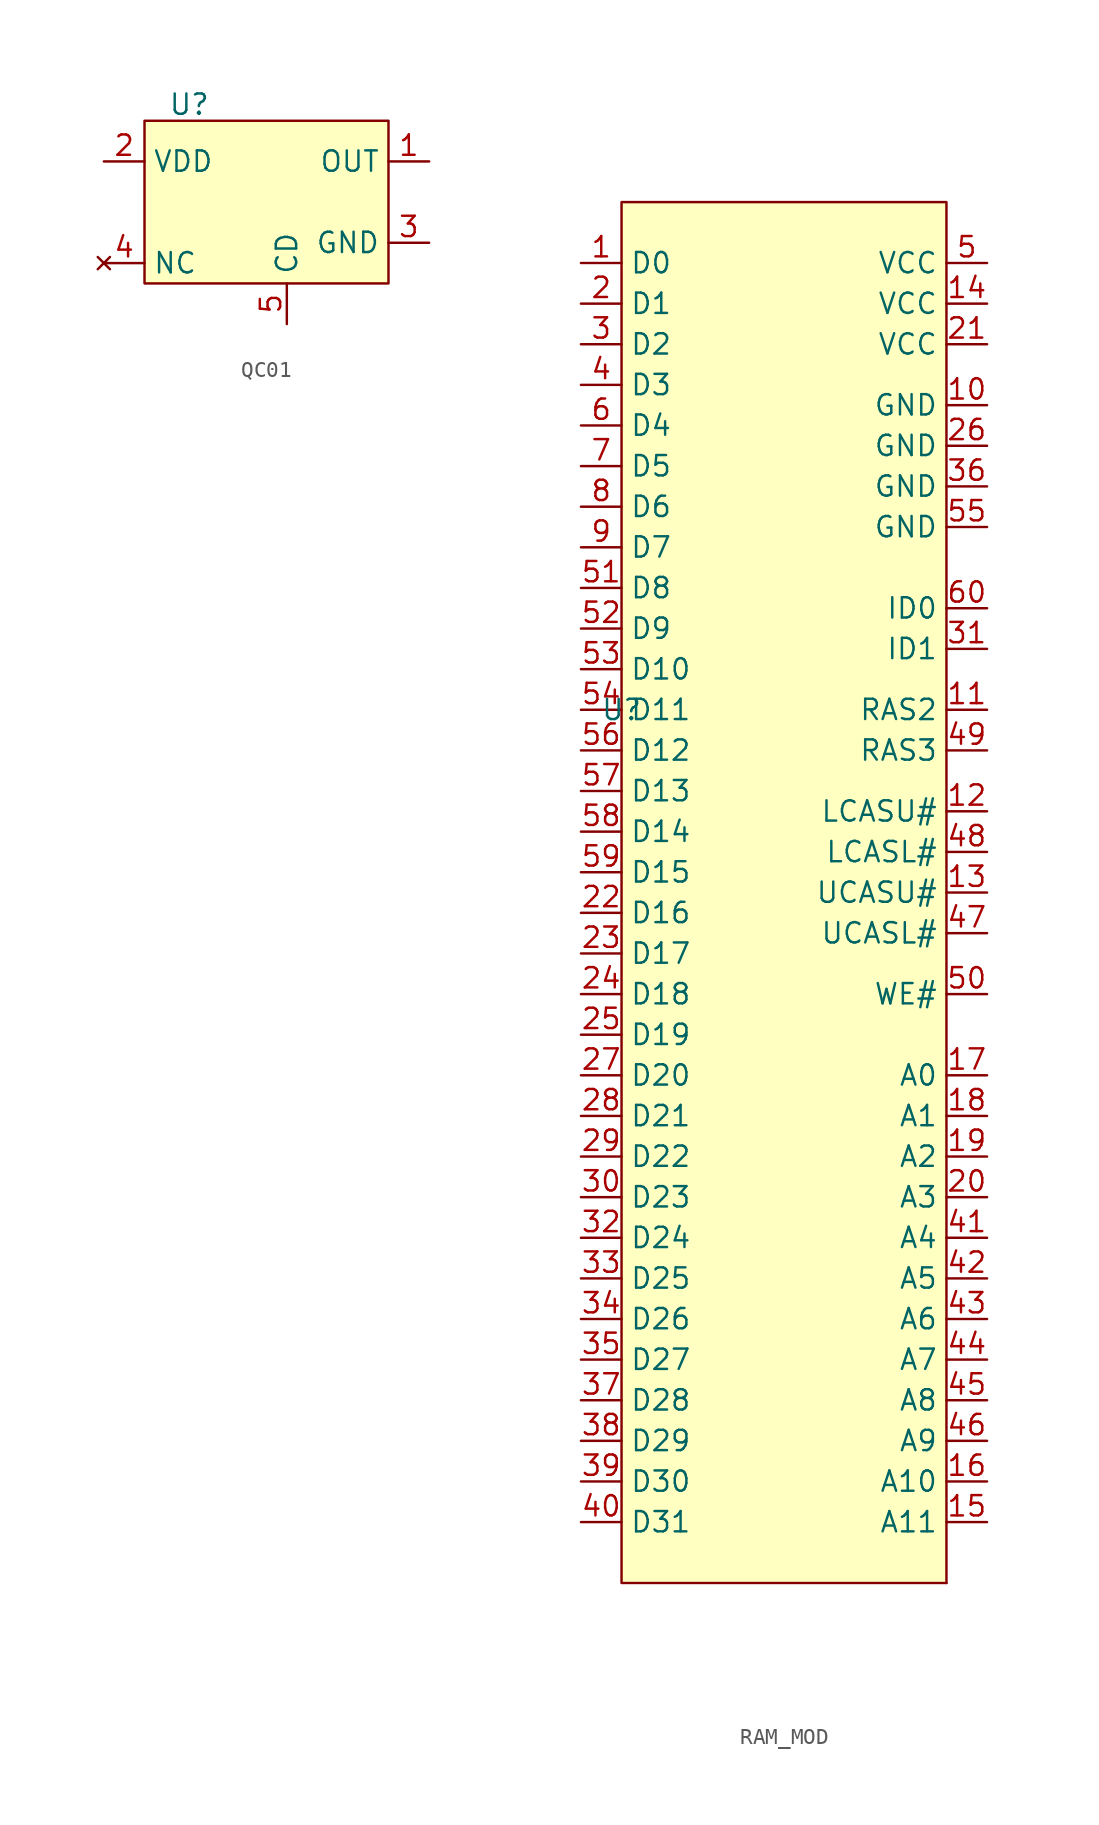
<source format=kicad_sym>
(kicad_symbol_lib
  (version 20241209)
  (generator "kicad_symbol_editor")
  (generator_version "9.0")
  (symbol "QC01"
    (property "Reference" "U"
      (at -4.826 6.096 0)
      (effects (font (size 1.27 1.27))))
    (property "Value" ""
      (at 0 0 0)
      (effects (font (size 1.27 1.27))))
    (symbol "QC01_1_1"
      (rectangle (start -7.62 5.08) (end 7.62 -5.08) (stroke (width 0) (type solid)) (fill (type color) (color 255 255 194 1)))
      (pin power_in line (at -10.16 2.54 0) (length 2.54) (name "VDD" (effects (font (size 1.27 1.27)))) (number "2" (effects (font (size 1.27 1.27)))))
      (pin no_connect line (at -10.16 -3.81 0) (length 2.54) (name "NC" (effects (font (size 1.27 1.27)))) (number "4" (effects (font (size 1.27 1.27)))))
      (pin input line (at 1.27 -7.62 90) (length 2.54) (name "CD" (effects (font (size 1.27 1.27)))) (number "5" (effects (font (size 1.27 1.27)))))
      (pin output line (at 10.16 2.54 180) (length 2.54) (name "OUT" (effects (font (size 1.27 1.27)))) (number "1" (effects (font (size 1.27 1.27)))))
      (pin power_in line (at 10.16 -2.54 180) (length 2.54) (name "GND" (effects (font (size 1.27 1.27)))) (number "3" (effects (font (size 1.27 1.27)))))))
  (symbol "RAM_MOD"
    (property "Reference" "U"
      (at -10.16 11.43 0)
      (effects (font (size 1.27 1.27))))
    (property "Value" ""
      (at 0 0 0)
      (effects (font (size 1.27 1.27))))
    (symbol "RAM_MOD_0_1"
      (rectangle (start 10.16 -43.18) (end 10.16 -43.18) (stroke (width 0) (type default)) (fill (type none))))
    (symbol "RAM_MOD_1_1"
      (rectangle (start -10.16 43.18) (end 10.16 -43.18) (stroke (width 0) (type solid)) (fill (type color) (color 255 255 194 1)))
      (pin bidirectional line (at -12.7 39.37 0) (length 2.54) (name "D0" (effects (font (size 1.27 1.27)))) (number "1" (effects (font (size 1.27 1.27)))))
      (pin bidirectional line (at -12.7 36.83 0) (length 2.54) (name "D1" (effects (font (size 1.27 1.27)))) (number "2" (effects (font (size 1.27 1.27)))))
      (pin bidirectional line (at -12.7 34.29 0) (length 2.54) (name "D2" (effects (font (size 1.27 1.27)))) (number "3" (effects (font (size 1.27 1.27)))))
      (pin bidirectional line (at -12.7 31.75 0) (length 2.54) (name "D3" (effects (font (size 1.27 1.27)))) (number "4" (effects (font (size 1.27 1.27)))))
      (pin bidirectional line (at -12.7 29.21 0) (length 2.54) (name "D4" (effects (font (size 1.27 1.27)))) (number "6" (effects (font (size 1.27 1.27)))))
      (pin bidirectional line (at -12.7 26.67 0) (length 2.54) (name "D5" (effects (font (size 1.27 1.27)))) (number "7" (effects (font (size 1.27 1.27)))))
      (pin bidirectional line (at -12.7 24.13 0) (length 2.54) (name "D6" (effects (font (size 1.27 1.27)))) (number "8" (effects (font (size 1.27 1.27)))))
      (pin bidirectional line (at -12.7 21.59 0) (length 2.54) (name "D7" (effects (font (size 1.27 1.27)))) (number "9" (effects (font (size 1.27 1.27)))))
      (pin bidirectional line (at -12.7 19.05 0) (length 2.54) (name "D8" (effects (font (size 1.27 1.27)))) (number "51" (effects (font (size 1.27 1.27)))))
      (pin bidirectional line (at -12.7 16.51 0) (length 2.54) (name "D9" (effects (font (size 1.27 1.27)))) (number "52" (effects (font (size 1.27 1.27)))))
      (pin bidirectional line (at -12.7 13.97 0) (length 2.54) (name "D10" (effects (font (size 1.27 1.27)))) (number "53" (effects (font (size 1.27 1.27)))))
      (pin bidirectional line (at -12.7 11.43 0) (length 2.54) (name "D11" (effects (font (size 1.27 1.27)))) (number "54" (effects (font (size 1.27 1.27)))))
      (pin bidirectional line (at -12.7 8.89 0) (length 2.54) (name "D12" (effects (font (size 1.27 1.27)))) (number "56" (effects (font (size 1.27 1.27)))))
      (pin bidirectional line (at -12.7 6.35 0) (length 2.54) (name "D13" (effects (font (size 1.27 1.27)))) (number "57" (effects (font (size 1.27 1.27)))))
      (pin bidirectional line (at -12.7 3.81 0) (length 2.54) (name "D14" (effects (font (size 1.27 1.27)))) (number "58" (effects (font (size 1.27 1.27)))))
      (pin bidirectional line (at -12.7 1.27 0) (length 2.54) (name "D15" (effects (font (size 1.27 1.27)))) (number "59" (effects (font (size 1.27 1.27)))))
      (pin bidirectional line (at -12.7 -1.27 0) (length 2.54) (name "D16" (effects (font (size 1.27 1.27)))) (number "22" (effects (font (size 1.27 1.27)))))
      (pin bidirectional line (at -12.7 -3.81 0) (length 2.54) (name "D17" (effects (font (size 1.27 1.27)))) (number "23" (effects (font (size 1.27 1.27)))))
      (pin bidirectional line (at -12.7 -6.35 0) (length 2.54) (name "D18" (effects (font (size 1.27 1.27)))) (number "24" (effects (font (size 1.27 1.27)))))
      (pin bidirectional line (at -12.7 -8.89 0) (length 2.54) (name "D19" (effects (font (size 1.27 1.27)))) (number "25" (effects (font (size 1.27 1.27)))))
      (pin bidirectional line (at -12.7 -11.43 0) (length 2.54) (name "D20" (effects (font (size 1.27 1.27)))) (number "27" (effects (font (size 1.27 1.27)))))
      (pin bidirectional line (at -12.7 -13.97 0) (length 2.54) (name "D21" (effects (font (size 1.27 1.27)))) (number "28" (effects (font (size 1.27 1.27)))))
      (pin bidirectional line (at -12.7 -16.51 0) (length 2.54) (name "D22" (effects (font (size 1.27 1.27)))) (number "29" (effects (font (size 1.27 1.27)))))
      (pin bidirectional line (at -12.7 -19.05 0) (length 2.54) (name "D23" (effects (font (size 1.27 1.27)))) (number "30" (effects (font (size 1.27 1.27)))))
      (pin bidirectional line (at -12.7 -21.59 0) (length 2.54) (name "D24" (effects (font (size 1.27 1.27)))) (number "32" (effects (font (size 1.27 1.27)))))
      (pin bidirectional line (at -12.7 -24.13 0) (length 2.54) (name "D25" (effects (font (size 1.27 1.27)))) (number "33" (effects (font (size 1.27 1.27)))))
      (pin bidirectional line (at -12.7 -26.67 0) (length 2.54) (name "D26" (effects (font (size 1.27 1.27)))) (number "34" (effects (font (size 1.27 1.27)))))
      (pin bidirectional line (at -12.7 -29.21 0) (length 2.54) (name "D27" (effects (font (size 1.27 1.27)))) (number "35" (effects (font (size 1.27 1.27)))))
      (pin bidirectional line (at -12.7 -31.75 0) (length 2.54) (name "D28" (effects (font (size 1.27 1.27)))) (number "37" (effects (font (size 1.27 1.27)))))
      (pin bidirectional line (at -12.7 -34.29 0) (length 2.54) (name "D29" (effects (font (size 1.27 1.27)))) (number "38" (effects (font (size 1.27 1.27)))))
      (pin bidirectional line (at -12.7 -36.83 0) (length 2.54) (name "D30" (effects (font (size 1.27 1.27)))) (number "39" (effects (font (size 1.27 1.27)))))
      (pin bidirectional line (at -12.7 -39.37 0) (length 2.54) (name "D31" (effects (font (size 1.27 1.27)))) (number "40" (effects (font (size 1.27 1.27)))))
      (pin power_in line (at 12.7 39.37 180) (length 2.54) (name "VCC" (effects (font (size 1.27 1.27)))) (number "5" (effects (font (size 1.27 1.27)))))
      (pin power_in line (at 12.7 36.83 180) (length 2.54) (name "VCC" (effects (font (size 1.27 1.27)))) (number "14" (effects (font (size 1.27 1.27)))))
      (pin power_in line (at 12.7 34.29 180) (length 2.54) (name "VCC" (effects (font (size 1.27 1.27)))) (number "21" (effects (font (size 1.27 1.27)))))
      (pin power_in line (at 12.7 30.48 180) (length 2.54) (name "GND" (effects (font (size 1.27 1.27)))) (number "10" (effects (font (size 1.27 1.27)))))
      (pin power_in line (at 12.7 27.94 180) (length 2.54) (name "GND" (effects (font (size 1.27 1.27)))) (number "26" (effects (font (size 1.27 1.27)))))
      (pin power_in line (at 12.7 25.4 180) (length 2.54) (name "GND" (effects (font (size 1.27 1.27)))) (number "36" (effects (font (size 1.27 1.27)))))
      (pin power_in line (at 12.7 22.86 180) (length 2.54) (name "GND" (effects (font (size 1.27 1.27)))) (number "55" (effects (font (size 1.27 1.27)))))
      (pin output line (at 12.7 17.78 180) (length 2.54) (name "ID0" (effects (font (size 1.27 1.27)))) (number "60" (effects (font (size 1.27 1.27)))))
      (pin output line (at 12.7 15.24 180) (length 2.54) (name "ID1" (effects (font (size 1.27 1.27)))) (number "31" (effects (font (size 1.27 1.27)))))
      (pin input line (at 12.7 11.43 180) (length 2.54) (name "RAS2" (effects (font (size 1.27 1.27)))) (number "11" (effects (font (size 1.27 1.27)))))
      (pin input line (at 12.7 8.89 180) (length 2.54) (name "RAS3" (effects (font (size 1.27 1.27)))) (number "49" (effects (font (size 1.27 1.27)))))
      (pin input line (at 12.7 5.08 180) (length 2.54) (name "LCASU#" (effects (font (size 1.27 1.27)))) (number "12" (effects (font (size 1.27 1.27)))))
      (pin input line (at 12.7 2.54 180) (length 2.54) (name "LCASL#" (effects (font (size 1.27 1.27)))) (number "48" (effects (font (size 1.27 1.27)))))
      (pin input line (at 12.7 0 180) (length 2.54) (name "UCASU#" (effects (font (size 1.27 1.27)))) (number "13" (effects (font (size 1.27 1.27)))))
      (pin input line (at 12.7 -2.54 180) (length 2.54) (name "UCASL#" (effects (font (size 1.27 1.27)))) (number "47" (effects (font (size 1.27 1.27)))))
      (pin input line (at 12.7 -6.35 180) (length 2.54) (name "WE#" (effects (font (size 1.27 1.27)))) (number "50" (effects (font (size 1.27 1.27)))))
      (pin input line (at 12.7 -11.43 180) (length 2.54) (name "A0" (effects (font (size 1.27 1.27)))) (number "17" (effects (font (size 1.27 1.27)))))
      (pin input line (at 12.7 -13.97 180) (length 2.54) (name "A1" (effects (font (size 1.27 1.27)))) (number "18" (effects (font (size 1.27 1.27)))))
      (pin input line (at 12.7 -16.51 180) (length 2.54) (name "A2" (effects (font (size 1.27 1.27)))) (number "19" (effects (font (size 1.27 1.27)))))
      (pin input line (at 12.7 -19.05 180) (length 2.54) (name "A3" (effects (font (size 1.27 1.27)))) (number "20" (effects (font (size 1.27 1.27)))))
      (pin input line (at 12.7 -21.59 180) (length 2.54) (name "A4" (effects (font (size 1.27 1.27)))) (number "41" (effects (font (size 1.27 1.27)))))
      (pin input line (at 12.7 -24.13 180) (length 2.54) (name "A5" (effects (font (size 1.27 1.27)))) (number "42" (effects (font (size 1.27 1.27)))))
      (pin input line (at 12.7 -26.67 180) (length 2.54) (name "A6" (effects (font (size 1.27 1.27)))) (number "43" (effects (font (size 1.27 1.27)))))
      (pin input line (at 12.7 -29.21 180) (length 2.54) (name "A7" (effects (font (size 1.27 1.27)))) (number "44" (effects (font (size 1.27 1.27)))))
      (pin input line (at 12.7 -31.75 180) (length 2.54) (name "A8" (effects (font (size 1.27 1.27)))) (number "45" (effects (font (size 1.27 1.27)))))
      (pin input line (at 12.7 -34.29 180) (length 2.54) (name "A9" (effects (font (size 1.27 1.27)))) (number "46" (effects (font (size 1.27 1.27)))))
      (pin input line (at 12.7 -36.83 180) (length 2.54) (name "A10" (effects (font (size 1.27 1.27)))) (number "16" (effects (font (size 1.27 1.27)))))
      (pin input line (at 12.7 -39.37 180) (length 2.54) (name "A11" (effects (font (size 1.27 1.27)))) (number "15" (effects (font (size 1.27 1.27))))))))
</source>
